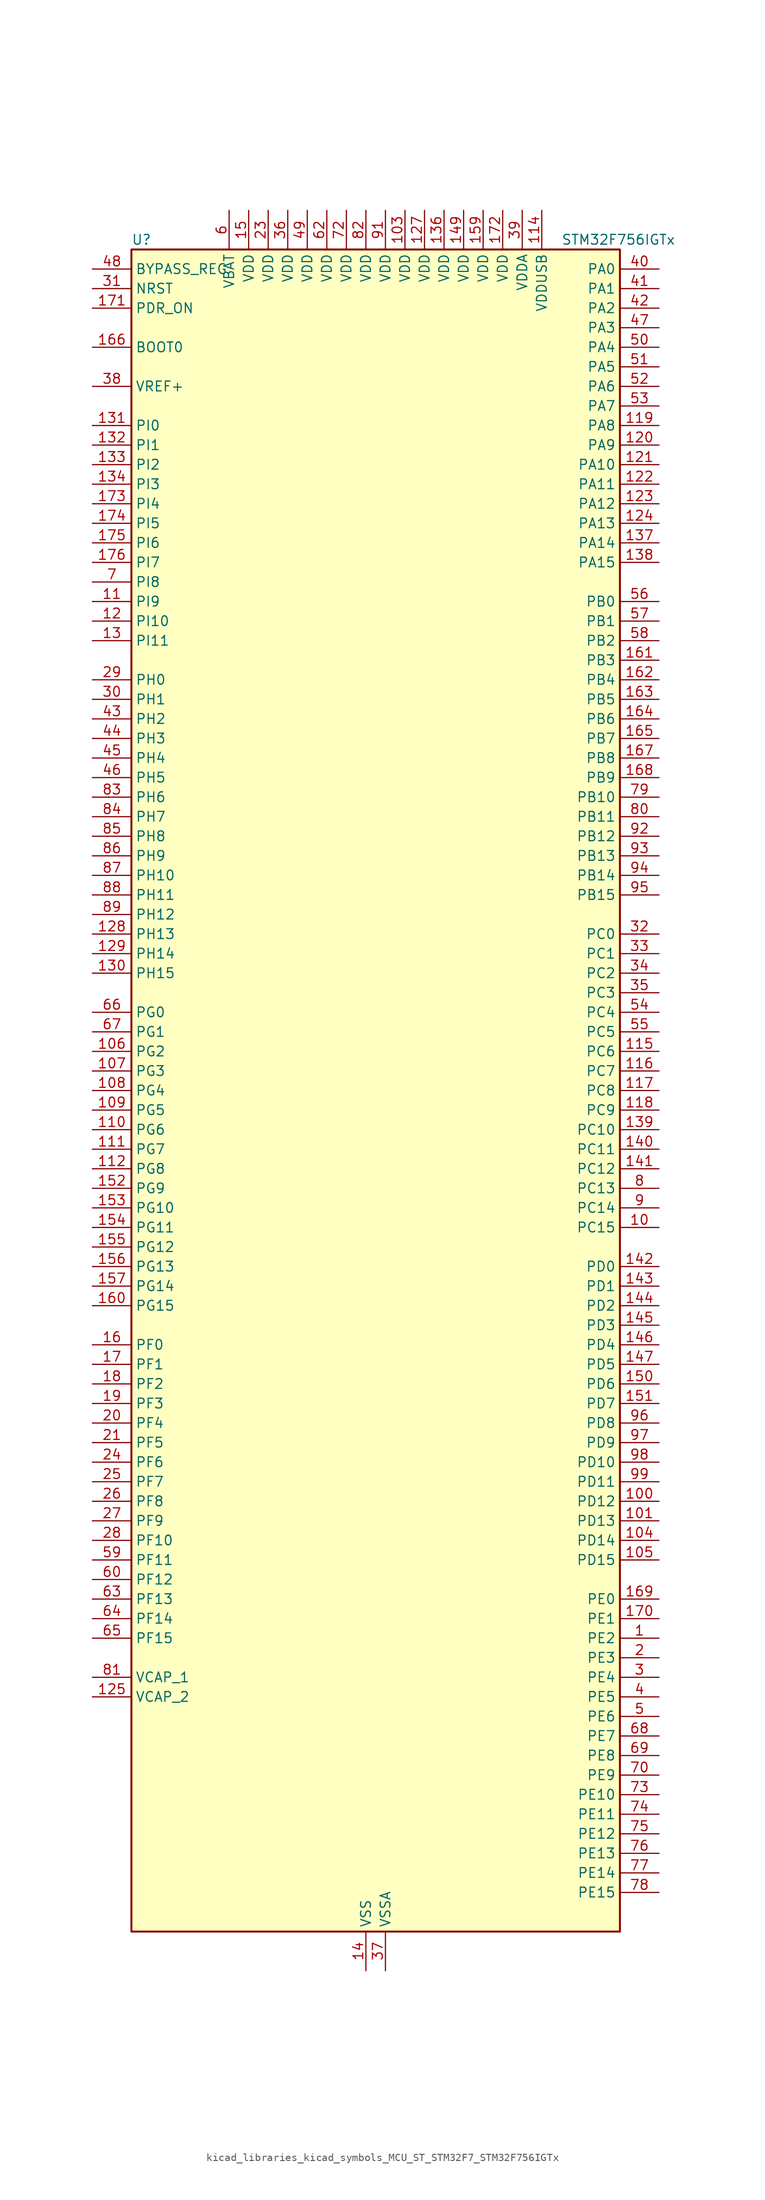
<source format=kicad_sym>
(kicad_symbol_lib
  (version 20220914)
  (generator kicad_symbol_editor)
  (symbol "kicad_libraries_kicad_symbols_MCU_ST_STM32F7_STM32F756IGTx"
    (property "Reference" "U"
      (at -30.48 110.49 0)
      (effects (font (size 1.27 1.27)) (justify left)))
    (property "Value" "STM32F756IGTx"
      (at 25.4 110.49 0)
      (effects (font (size 1.27 1.27)) (justify left)))
    (property "ki_locked" ""
      (at 0 0 0)
      (effects (font (size 1.27 1.27))))
    (symbol "kicad_libraries_kicad_symbols_MCU_ST_STM32F7_STM32F756IGTx_0_1"
      (rectangle (start -30.48 -109.22) (end 33.02 109.22) (stroke (width 0.254) (type default)) (fill (type background))))
    (symbol "kicad_libraries_kicad_symbols_MCU_ST_STM32F7_STM32F756IGTx_1_1"
      (pin bidirectional line (at 38.1 -71.12 180) (length 5.08) (name "PE2" (effects (font (size 1.27 1.27)))) (number "1" (effects (font (size 1.27 1.27)))) (alternate "ETH_TXD3" bidirectional line) (alternate "FMC_A23" bidirectional line) (alternate "QUADSPI_BK1_IO2" bidirectional line) (alternate "SAI1_MCLK_A" bidirectional line) (alternate "SPI4_SCK" bidirectional line) (alternate "SYS_TRACECLK" bidirectional line))
      (pin bidirectional line (at 38.1 -17.78 180) (length 5.08) (name "PC15" (effects (font (size 1.27 1.27)))) (number "10" (effects (font (size 1.27 1.27)))) (alternate "RCC_OSC32_OUT" bidirectional line))
      (pin bidirectional line (at 38.1 -53.34 180) (length 5.08) (name "PD12" (effects (font (size 1.27 1.27)))) (number "100" (effects (font (size 1.27 1.27)))) (alternate "FMC_A17" bidirectional line) (alternate "FMC_ALE" bidirectional line) (alternate "I2C4_SCL" bidirectional line) (alternate "LPTIM1_IN1" bidirectional line) (alternate "QUADSPI_BK1_IO1" bidirectional line) (alternate "SAI2_FS_A" bidirectional line) (alternate "TIM4_CH1" bidirectional line) (alternate "USART3_DE" bidirectional line) (alternate "USART3_RTS" bidirectional line))
      (pin bidirectional line (at 38.1 -55.88 180) (length 5.08) (name "PD13" (effects (font (size 1.27 1.27)))) (number "101" (effects (font (size 1.27 1.27)))) (alternate "FMC_A18" bidirectional line) (alternate "I2C4_SDA" bidirectional line) (alternate "LPTIM1_OUT" bidirectional line) (alternate "QUADSPI_BK1_IO3" bidirectional line) (alternate "SAI2_SCK_A" bidirectional line) (alternate "TIM4_CH2" bidirectional line))
      (pin passive line (at 0 -114.3 90) (length 5.08) hide (name "VSS" (effects (font (size 1.27 1.27)))) (number "102" (effects (font (size 1.27 1.27)))))
      (pin power_in line (at 5.08 114.3 270) (length 5.08) (name "VDD" (effects (font (size 1.27 1.27)))) (number "103" (effects (font (size 1.27 1.27)))))
      (pin bidirectional line (at 38.1 -58.42 180) (length 5.08) (name "PD14" (effects (font (size 1.27 1.27)))) (number "104" (effects (font (size 1.27 1.27)))) (alternate "FMC_D0" bidirectional line) (alternate "FMC_DA0" bidirectional line) (alternate "TIM4_CH3" bidirectional line) (alternate "UART8_CTS" bidirectional line))
      (pin bidirectional line (at 38.1 -60.96 180) (length 5.08) (name "PD15" (effects (font (size 1.27 1.27)))) (number "105" (effects (font (size 1.27 1.27)))) (alternate "FMC_D1" bidirectional line) (alternate "FMC_DA1" bidirectional line) (alternate "TIM4_CH4" bidirectional line) (alternate "UART8_DE" bidirectional line) (alternate "UART8_RTS" bidirectional line))
      (pin bidirectional line (at -35.56 5.08 0) (length 5.08) (name "PG2" (effects (font (size 1.27 1.27)))) (number "106" (effects (font (size 1.27 1.27)))) (alternate "FMC_A12" bidirectional line))
      (pin bidirectional line (at -35.56 2.54 0) (length 5.08) (name "PG3" (effects (font (size 1.27 1.27)))) (number "107" (effects (font (size 1.27 1.27)))) (alternate "FMC_A13" bidirectional line))
      (pin bidirectional line (at -35.56 0 0) (length 5.08) (name "PG4" (effects (font (size 1.27 1.27)))) (number "108" (effects (font (size 1.27 1.27)))) (alternate "FMC_A14" bidirectional line) (alternate "FMC_BA0" bidirectional line))
      (pin bidirectional line (at -35.56 -2.54 0) (length 5.08) (name "PG5" (effects (font (size 1.27 1.27)))) (number "109" (effects (font (size 1.27 1.27)))) (alternate "FMC_A15" bidirectional line) (alternate "FMC_BA1" bidirectional line))
      (pin bidirectional line (at -35.56 63.5 0) (length 5.08) (name "PI9" (effects (font (size 1.27 1.27)))) (number "11" (effects (font (size 1.27 1.27)))) (alternate "CAN1_RX" bidirectional line) (alternate "DAC_EXTI9" bidirectional line) (alternate "FMC_D30" bidirectional line) (alternate "LTDC_VSYNC" bidirectional line))
      (pin bidirectional line (at -35.56 -5.08 0) (length 5.08) (name "PG6" (effects (font (size 1.27 1.27)))) (number "110" (effects (font (size 1.27 1.27)))) (alternate "DCMI_D12" bidirectional line) (alternate "LTDC_R7" bidirectional line))
      (pin bidirectional line (at -35.56 -7.62 0) (length 5.08) (name "PG7" (effects (font (size 1.27 1.27)))) (number "111" (effects (font (size 1.27 1.27)))) (alternate "DCMI_D13" bidirectional line) (alternate "FMC_INT" bidirectional line) (alternate "LTDC_CLK" bidirectional line) (alternate "USART6_CK" bidirectional line))
      (pin bidirectional line (at -35.56 -10.16 0) (length 5.08) (name "PG8" (effects (font (size 1.27 1.27)))) (number "112" (effects (font (size 1.27 1.27)))) (alternate "ETH_PPS_OUT" bidirectional line) (alternate "FMC_SDCLK" bidirectional line) (alternate "SPDIFRX_IN2" bidirectional line) (alternate "SPI6_NSS" bidirectional line) (alternate "USART6_DE" bidirectional line) (alternate "USART6_RTS" bidirectional line))
      (pin passive line (at 0 -114.3 90) (length 5.08) hide (name "VSS" (effects (font (size 1.27 1.27)))) (number "113" (effects (font (size 1.27 1.27)))))
      (pin power_in line (at 22.86 114.3 270) (length 5.08) (name "VDDUSB" (effects (font (size 1.27 1.27)))) (number "114" (effects (font (size 1.27 1.27)))))
      (pin bidirectional line (at 38.1 5.08 180) (length 5.08) (name "PC6" (effects (font (size 1.27 1.27)))) (number "115" (effects (font (size 1.27 1.27)))) (alternate "DCMI_D0" bidirectional line) (alternate "I2S2_MCK" bidirectional line) (alternate "LTDC_HSYNC" bidirectional line) (alternate "SDMMC1_D6" bidirectional line) (alternate "TIM3_CH1" bidirectional line) (alternate "TIM8_CH1" bidirectional line) (alternate "USART6_TX" bidirectional line))
      (pin bidirectional line (at 38.1 2.54 180) (length 5.08) (name "PC7" (effects (font (size 1.27 1.27)))) (number "116" (effects (font (size 1.27 1.27)))) (alternate "DCMI_D1" bidirectional line) (alternate "I2S3_MCK" bidirectional line) (alternate "LTDC_G6" bidirectional line) (alternate "SDMMC1_D7" bidirectional line) (alternate "TIM3_CH2" bidirectional line) (alternate "TIM8_CH2" bidirectional line) (alternate "USART6_RX" bidirectional line))
      (pin bidirectional line (at 38.1 0 180) (length 5.08) (name "PC8" (effects (font (size 1.27 1.27)))) (number "117" (effects (font (size 1.27 1.27)))) (alternate "DCMI_D2" bidirectional line) (alternate "SDMMC1_D0" bidirectional line) (alternate "SYS_TRACED1" bidirectional line) (alternate "TIM3_CH3" bidirectional line) (alternate "TIM8_CH3" bidirectional line) (alternate "UART5_DE" bidirectional line) (alternate "UART5_RTS" bidirectional line) (alternate "USART6_CK" bidirectional line))
      (pin bidirectional line (at 38.1 -2.54 180) (length 5.08) (name "PC9" (effects (font (size 1.27 1.27)))) (number "118" (effects (font (size 1.27 1.27)))) (alternate "DAC_EXTI9" bidirectional line) (alternate "DCMI_D3" bidirectional line) (alternate "I2C3_SDA" bidirectional line) (alternate "I2S_CKIN" bidirectional line) (alternate "QUADSPI_BK1_IO0" bidirectional line) (alternate "RCC_MCO_2" bidirectional line) (alternate "SDMMC1_D1" bidirectional line) (alternate "TIM3_CH4" bidirectional line) (alternate "TIM8_CH4" bidirectional line) (alternate "UART5_CTS" bidirectional line))
      (pin bidirectional line (at 38.1 86.36 180) (length 5.08) (name "PA8" (effects (font (size 1.27 1.27)))) (number "119" (effects (font (size 1.27 1.27)))) (alternate "I2C3_SCL" bidirectional line) (alternate "LTDC_R6" bidirectional line) (alternate "RCC_MCO_1" bidirectional line) (alternate "TIM1_CH1" bidirectional line) (alternate "TIM8_BKIN2" bidirectional line) (alternate "USART1_CK" bidirectional line) (alternate "USB_OTG_FS_SOF" bidirectional line))
      (pin bidirectional line (at -35.56 60.96 0) (length 5.08) (name "PI10" (effects (font (size 1.27 1.27)))) (number "12" (effects (font (size 1.27 1.27)))) (alternate "ETH_RX_ER" bidirectional line) (alternate "FMC_D31" bidirectional line) (alternate "LTDC_HSYNC" bidirectional line))
      (pin bidirectional line (at 38.1 83.82 180) (length 5.08) (name "PA9" (effects (font (size 1.27 1.27)))) (number "120" (effects (font (size 1.27 1.27)))) (alternate "DAC_EXTI9" bidirectional line) (alternate "DCMI_D0" bidirectional line) (alternate "I2C3_SMBA" bidirectional line) (alternate "I2S2_CK" bidirectional line) (alternate "SPI2_SCK" bidirectional line) (alternate "TIM1_CH2" bidirectional line) (alternate "USART1_TX" bidirectional line) (alternate "USB_OTG_FS_VBUS" bidirectional line))
      (pin bidirectional line (at 38.1 81.28 180) (length 5.08) (name "PA10" (effects (font (size 1.27 1.27)))) (number "121" (effects (font (size 1.27 1.27)))) (alternate "DCMI_D1" bidirectional line) (alternate "TIM1_CH3" bidirectional line) (alternate "USART1_RX" bidirectional line) (alternate "USB_OTG_FS_ID" bidirectional line))
      (pin bidirectional line (at 38.1 78.74 180) (length 5.08) (name "PA11" (effects (font (size 1.27 1.27)))) (number "122" (effects (font (size 1.27 1.27)))) (alternate "ADC1_EXTI11" bidirectional line) (alternate "ADC2_EXTI11" bidirectional line) (alternate "ADC3_EXTI11" bidirectional line) (alternate "CAN1_RX" bidirectional line) (alternate "LTDC_R4" bidirectional line) (alternate "TIM1_CH4" bidirectional line) (alternate "USART1_CTS" bidirectional line) (alternate "USB_OTG_FS_DM" bidirectional line))
      (pin bidirectional line (at 38.1 76.2 180) (length 5.08) (name "PA12" (effects (font (size 1.27 1.27)))) (number "123" (effects (font (size 1.27 1.27)))) (alternate "CAN1_TX" bidirectional line) (alternate "LTDC_R5" bidirectional line) (alternate "SAI2_FS_B" bidirectional line) (alternate "TIM1_ETR" bidirectional line) (alternate "USART1_DE" bidirectional line) (alternate "USART1_RTS" bidirectional line) (alternate "USB_OTG_FS_DP" bidirectional line))
      (pin bidirectional line (at 38.1 73.66 180) (length 5.08) (name "PA13" (effects (font (size 1.27 1.27)))) (number "124" (effects (font (size 1.27 1.27)))) (alternate "SYS_JTMS-SWDIO" bidirectional line))
      (pin power_out line (at -35.56 -78.74 0) (length 5.08) (name "VCAP_2" (effects (font (size 1.27 1.27)))) (number "125" (effects (font (size 1.27 1.27)))))
      (pin passive line (at 0 -114.3 90) (length 5.08) hide (name "VSS" (effects (font (size 1.27 1.27)))) (number "126" (effects (font (size 1.27 1.27)))))
      (pin power_in line (at 7.62 114.3 270) (length 5.08) (name "VDD" (effects (font (size 1.27 1.27)))) (number "127" (effects (font (size 1.27 1.27)))))
      (pin bidirectional line (at -35.56 20.32 0) (length 5.08) (name "PH13" (effects (font (size 1.27 1.27)))) (number "128" (effects (font (size 1.27 1.27)))) (alternate "CAN1_TX" bidirectional line) (alternate "FMC_D21" bidirectional line) (alternate "LTDC_G2" bidirectional line) (alternate "TIM8_CH1N" bidirectional line))
      (pin bidirectional line (at -35.56 17.78 0) (length 5.08) (name "PH14" (effects (font (size 1.27 1.27)))) (number "129" (effects (font (size 1.27 1.27)))) (alternate "DCMI_D4" bidirectional line) (alternate "FMC_D22" bidirectional line) (alternate "LTDC_G3" bidirectional line) (alternate "TIM8_CH2N" bidirectional line))
      (pin bidirectional line (at -35.56 58.42 0) (length 5.08) (name "PI11" (effects (font (size 1.27 1.27)))) (number "13" (effects (font (size 1.27 1.27)))) (alternate "ADC1_EXTI11" bidirectional line) (alternate "ADC2_EXTI11" bidirectional line) (alternate "ADC3_EXTI11" bidirectional line) (alternate "SYS_WKUP6" bidirectional line) (alternate "USB_OTG_HS_ULPI_DIR" bidirectional line))
      (pin bidirectional line (at -35.56 15.24 0) (length 5.08) (name "PH15" (effects (font (size 1.27 1.27)))) (number "130" (effects (font (size 1.27 1.27)))) (alternate "DCMI_D11" bidirectional line) (alternate "FMC_D23" bidirectional line) (alternate "LTDC_G4" bidirectional line) (alternate "TIM8_CH3N" bidirectional line))
      (pin bidirectional line (at -35.56 86.36 0) (length 5.08) (name "PI0" (effects (font (size 1.27 1.27)))) (number "131" (effects (font (size 1.27 1.27)))) (alternate "DCMI_D13" bidirectional line) (alternate "FMC_D24" bidirectional line) (alternate "I2S2_WS" bidirectional line) (alternate "LTDC_G5" bidirectional line) (alternate "SPI2_NSS" bidirectional line) (alternate "TIM5_CH4" bidirectional line))
      (pin bidirectional line (at -35.56 83.82 0) (length 5.08) (name "PI1" (effects (font (size 1.27 1.27)))) (number "132" (effects (font (size 1.27 1.27)))) (alternate "DCMI_D8" bidirectional line) (alternate "FMC_D25" bidirectional line) (alternate "I2S2_CK" bidirectional line) (alternate "LTDC_G6" bidirectional line) (alternate "SPI2_SCK" bidirectional line) (alternate "TIM8_BKIN2" bidirectional line))
      (pin bidirectional line (at -35.56 81.28 0) (length 5.08) (name "PI2" (effects (font (size 1.27 1.27)))) (number "133" (effects (font (size 1.27 1.27)))) (alternate "DCMI_D9" bidirectional line) (alternate "FMC_D26" bidirectional line) (alternate "LTDC_G7" bidirectional line) (alternate "SPI2_MISO" bidirectional line) (alternate "TIM8_CH4" bidirectional line))
      (pin bidirectional line (at -35.56 78.74 0) (length 5.08) (name "PI3" (effects (font (size 1.27 1.27)))) (number "134" (effects (font (size 1.27 1.27)))) (alternate "DCMI_D10" bidirectional line) (alternate "FMC_D27" bidirectional line) (alternate "I2S2_SD" bidirectional line) (alternate "SPI2_MOSI" bidirectional line) (alternate "TIM8_ETR" bidirectional line))
      (pin passive line (at 0 -114.3 90) (length 5.08) hide (name "VSS" (effects (font (size 1.27 1.27)))) (number "135" (effects (font (size 1.27 1.27)))))
      (pin power_in line (at 10.16 114.3 270) (length 5.08) (name "VDD" (effects (font (size 1.27 1.27)))) (number "136" (effects (font (size 1.27 1.27)))))
      (pin bidirectional line (at 38.1 71.12 180) (length 5.08) (name "PA14" (effects (font (size 1.27 1.27)))) (number "137" (effects (font (size 1.27 1.27)))) (alternate "SYS_JTCK-SWCLK" bidirectional line))
      (pin bidirectional line (at 38.1 68.58 180) (length 5.08) (name "PA15" (effects (font (size 1.27 1.27)))) (number "138" (effects (font (size 1.27 1.27)))) (alternate "CEC" bidirectional line) (alternate "I2S1_WS" bidirectional line) (alternate "I2S3_WS" bidirectional line) (alternate "SPI1_NSS" bidirectional line) (alternate "SPI3_NSS" bidirectional line) (alternate "SYS_JTDI" bidirectional line) (alternate "TIM2_CH1" bidirectional line) (alternate "TIM2_ETR" bidirectional line) (alternate "UART4_DE" bidirectional line) (alternate "UART4_RTS" bidirectional line))
      (pin bidirectional line (at 38.1 -5.08 180) (length 5.08) (name "PC10" (effects (font (size 1.27 1.27)))) (number "139" (effects (font (size 1.27 1.27)))) (alternate "DCMI_D8" bidirectional line) (alternate "I2S3_CK" bidirectional line) (alternate "LTDC_R2" bidirectional line) (alternate "QUADSPI_BK1_IO1" bidirectional line) (alternate "SDMMC1_D2" bidirectional line) (alternate "SPI3_SCK" bidirectional line) (alternate "UART4_TX" bidirectional line) (alternate "USART3_TX" bidirectional line))
      (pin power_in line (at 0 -114.3 90) (length 5.08) (name "VSS" (effects (font (size 1.27 1.27)))) (number "14" (effects (font (size 1.27 1.27)))))
      (pin bidirectional line (at 38.1 -7.62 180) (length 5.08) (name "PC11" (effects (font (size 1.27 1.27)))) (number "140" (effects (font (size 1.27 1.27)))) (alternate "ADC1_EXTI11" bidirectional line) (alternate "ADC2_EXTI11" bidirectional line) (alternate "ADC3_EXTI11" bidirectional line) (alternate "DCMI_D4" bidirectional line) (alternate "QUADSPI_BK2_NCS" bidirectional line) (alternate "SDMMC1_D3" bidirectional line) (alternate "SPI3_MISO" bidirectional line) (alternate "UART4_RX" bidirectional line) (alternate "USART3_RX" bidirectional line))
      (pin bidirectional line (at 38.1 -10.16 180) (length 5.08) (name "PC12" (effects (font (size 1.27 1.27)))) (number "141" (effects (font (size 1.27 1.27)))) (alternate "DCMI_D9" bidirectional line) (alternate "I2S3_SD" bidirectional line) (alternate "SDMMC1_CK" bidirectional line) (alternate "SPI3_MOSI" bidirectional line) (alternate "SYS_TRACED3" bidirectional line) (alternate "UART5_TX" bidirectional line) (alternate "USART3_CK" bidirectional line))
      (pin bidirectional line (at 38.1 -22.86 180) (length 5.08) (name "PD0" (effects (font (size 1.27 1.27)))) (number "142" (effects (font (size 1.27 1.27)))) (alternate "CAN1_RX" bidirectional line) (alternate "FMC_D2" bidirectional line) (alternate "FMC_DA2" bidirectional line))
      (pin bidirectional line (at 38.1 -25.4 180) (length 5.08) (name "PD1" (effects (font (size 1.27 1.27)))) (number "143" (effects (font (size 1.27 1.27)))) (alternate "CAN1_TX" bidirectional line) (alternate "FMC_D3" bidirectional line) (alternate "FMC_DA3" bidirectional line))
      (pin bidirectional line (at 38.1 -27.94 180) (length 5.08) (name "PD2" (effects (font (size 1.27 1.27)))) (number "144" (effects (font (size 1.27 1.27)))) (alternate "DCMI_D11" bidirectional line) (alternate "SDMMC1_CMD" bidirectional line) (alternate "SYS_TRACED2" bidirectional line) (alternate "TIM3_ETR" bidirectional line) (alternate "UART5_RX" bidirectional line))
      (pin bidirectional line (at 38.1 -30.48 180) (length 5.08) (name "PD3" (effects (font (size 1.27 1.27)))) (number "145" (effects (font (size 1.27 1.27)))) (alternate "DCMI_D5" bidirectional line) (alternate "FMC_CLK" bidirectional line) (alternate "I2S2_CK" bidirectional line) (alternate "LTDC_G7" bidirectional line) (alternate "SPI2_SCK" bidirectional line) (alternate "USART2_CTS" bidirectional line))
      (pin bidirectional line (at 38.1 -33.02 180) (length 5.08) (name "PD4" (effects (font (size 1.27 1.27)))) (number "146" (effects (font (size 1.27 1.27)))) (alternate "FMC_NOE" bidirectional line) (alternate "USART2_DE" bidirectional line) (alternate "USART2_RTS" bidirectional line))
      (pin bidirectional line (at 38.1 -35.56 180) (length 5.08) (name "PD5" (effects (font (size 1.27 1.27)))) (number "147" (effects (font (size 1.27 1.27)))) (alternate "FMC_NWE" bidirectional line) (alternate "USART2_TX" bidirectional line))
      (pin passive line (at 0 -114.3 90) (length 5.08) hide (name "VSS" (effects (font (size 1.27 1.27)))) (number "148" (effects (font (size 1.27 1.27)))))
      (pin power_in line (at 12.7 114.3 270) (length 5.08) (name "VDD" (effects (font (size 1.27 1.27)))) (number "149" (effects (font (size 1.27 1.27)))))
      (pin power_in line (at -15.24 114.3 270) (length 5.08) (name "VDD" (effects (font (size 1.27 1.27)))) (number "15" (effects (font (size 1.27 1.27)))))
      (pin bidirectional line (at 38.1 -38.1 180) (length 5.08) (name "PD6" (effects (font (size 1.27 1.27)))) (number "150" (effects (font (size 1.27 1.27)))) (alternate "DCMI_D10" bidirectional line) (alternate "FMC_NWAIT" bidirectional line) (alternate "I2S3_SD" bidirectional line) (alternate "LTDC_B2" bidirectional line) (alternate "SAI1_SD_A" bidirectional line) (alternate "SPI3_MOSI" bidirectional line) (alternate "USART2_RX" bidirectional line))
      (pin bidirectional line (at 38.1 -40.64 180) (length 5.08) (name "PD7" (effects (font (size 1.27 1.27)))) (number "151" (effects (font (size 1.27 1.27)))) (alternate "FMC_NE1" bidirectional line) (alternate "SPDIFRX_IN0" bidirectional line) (alternate "USART2_CK" bidirectional line))
      (pin bidirectional line (at -35.56 -12.7 0) (length 5.08) (name "PG9" (effects (font (size 1.27 1.27)))) (number "152" (effects (font (size 1.27 1.27)))) (alternate "DAC_EXTI9" bidirectional line) (alternate "DCMI_VSYNC" bidirectional line) (alternate "FMC_NCE" bidirectional line) (alternate "FMC_NE2" bidirectional line) (alternate "QUADSPI_BK2_IO2" bidirectional line) (alternate "SAI2_FS_B" bidirectional line) (alternate "SPDIFRX_IN3" bidirectional line) (alternate "USART6_RX" bidirectional line))
      (pin bidirectional line (at -35.56 -15.24 0) (length 5.08) (name "PG10" (effects (font (size 1.27 1.27)))) (number "153" (effects (font (size 1.27 1.27)))) (alternate "DCMI_D2" bidirectional line) (alternate "FMC_NE3" bidirectional line) (alternate "LTDC_B2" bidirectional line) (alternate "LTDC_G3" bidirectional line) (alternate "SAI2_SD_B" bidirectional line))
      (pin bidirectional line (at -35.56 -17.78 0) (length 5.08) (name "PG11" (effects (font (size 1.27 1.27)))) (number "154" (effects (font (size 1.27 1.27)))) (alternate "ADC1_EXTI11" bidirectional line) (alternate "ADC2_EXTI11" bidirectional line) (alternate "ADC3_EXTI11" bidirectional line) (alternate "DCMI_D3" bidirectional line) (alternate "ETH_TX_EN" bidirectional line) (alternate "LTDC_B3" bidirectional line) (alternate "SPDIFRX_IN0" bidirectional line))
      (pin bidirectional line (at -35.56 -20.32 0) (length 5.08) (name "PG12" (effects (font (size 1.27 1.27)))) (number "155" (effects (font (size 1.27 1.27)))) (alternate "FMC_NE4" bidirectional line) (alternate "LPTIM1_IN1" bidirectional line) (alternate "LTDC_B1" bidirectional line) (alternate "LTDC_B4" bidirectional line) (alternate "SPDIFRX_IN1" bidirectional line) (alternate "SPI6_MISO" bidirectional line) (alternate "USART6_DE" bidirectional line) (alternate "USART6_RTS" bidirectional line))
      (pin bidirectional line (at -35.56 -22.86 0) (length 5.08) (name "PG13" (effects (font (size 1.27 1.27)))) (number "156" (effects (font (size 1.27 1.27)))) (alternate "ETH_TXD0" bidirectional line) (alternate "FMC_A24" bidirectional line) (alternate "LPTIM1_OUT" bidirectional line) (alternate "LTDC_R0" bidirectional line) (alternate "SPI6_SCK" bidirectional line) (alternate "SYS_TRACED0" bidirectional line) (alternate "USART6_CTS" bidirectional line))
      (pin bidirectional line (at -35.56 -25.4 0) (length 5.08) (name "PG14" (effects (font (size 1.27 1.27)))) (number "157" (effects (font (size 1.27 1.27)))) (alternate "ETH_TXD1" bidirectional line) (alternate "FMC_A25" bidirectional line) (alternate "LPTIM1_ETR" bidirectional line) (alternate "LTDC_B0" bidirectional line) (alternate "QUADSPI_BK2_IO3" bidirectional line) (alternate "SPI6_MOSI" bidirectional line) (alternate "SYS_TRACED1" bidirectional line) (alternate "USART6_TX" bidirectional line))
      (pin passive line (at 0 -114.3 90) (length 5.08) hide (name "VSS" (effects (font (size 1.27 1.27)))) (number "158" (effects (font (size 1.27 1.27)))))
      (pin power_in line (at 15.24 114.3 270) (length 5.08) (name "VDD" (effects (font (size 1.27 1.27)))) (number "159" (effects (font (size 1.27 1.27)))))
      (pin bidirectional line (at -35.56 -33.02 0) (length 5.08) (name "PF0" (effects (font (size 1.27 1.27)))) (number "16" (effects (font (size 1.27 1.27)))) (alternate "FMC_A0" bidirectional line) (alternate "I2C2_SDA" bidirectional line))
      (pin bidirectional line (at -35.56 -27.94 0) (length 5.08) (name "PG15" (effects (font (size 1.27 1.27)))) (number "160" (effects (font (size 1.27 1.27)))) (alternate "DCMI_D13" bidirectional line) (alternate "FMC_SDNCAS" bidirectional line) (alternate "USART6_CTS" bidirectional line))
      (pin bidirectional line (at 38.1 55.88 180) (length 5.08) (name "PB3" (effects (font (size 1.27 1.27)))) (number "161" (effects (font (size 1.27 1.27)))) (alternate "I2S1_CK" bidirectional line) (alternate "I2S3_CK" bidirectional line) (alternate "SPI1_SCK" bidirectional line) (alternate "SPI3_SCK" bidirectional line) (alternate "SYS_JTDO-SWO" bidirectional line) (alternate "TIM2_CH2" bidirectional line))
      (pin bidirectional line (at 38.1 53.34 180) (length 5.08) (name "PB4" (effects (font (size 1.27 1.27)))) (number "162" (effects (font (size 1.27 1.27)))) (alternate "I2S2_WS" bidirectional line) (alternate "SPI1_MISO" bidirectional line) (alternate "SPI2_NSS" bidirectional line) (alternate "SPI3_MISO" bidirectional line) (alternate "SYS_JTRST" bidirectional line) (alternate "TIM3_CH1" bidirectional line))
      (pin bidirectional line (at 38.1 50.8 180) (length 5.08) (name "PB5" (effects (font (size 1.27 1.27)))) (number "163" (effects (font (size 1.27 1.27)))) (alternate "CAN2_RX" bidirectional line) (alternate "DCMI_D10" bidirectional line) (alternate "ETH_PPS_OUT" bidirectional line) (alternate "FMC_SDCKE1" bidirectional line) (alternate "I2C1_SMBA" bidirectional line) (alternate "I2S1_SD" bidirectional line) (alternate "I2S3_SD" bidirectional line) (alternate "SPI1_MOSI" bidirectional line) (alternate "SPI3_MOSI" bidirectional line) (alternate "TIM3_CH2" bidirectional line) (alternate "USB_OTG_HS_ULPI_D7" bidirectional line))
      (pin bidirectional line (at 38.1 48.26 180) (length 5.08) (name "PB6" (effects (font (size 1.27 1.27)))) (number "164" (effects (font (size 1.27 1.27)))) (alternate "CAN2_TX" bidirectional line) (alternate "CEC" bidirectional line) (alternate "DCMI_D5" bidirectional line) (alternate "FMC_SDNE1" bidirectional line) (alternate "I2C1_SCL" bidirectional line) (alternate "QUADSPI_BK1_NCS" bidirectional line) (alternate "TIM4_CH1" bidirectional line) (alternate "USART1_TX" bidirectional line))
      (pin bidirectional line (at 38.1 45.72 180) (length 5.08) (name "PB7" (effects (font (size 1.27 1.27)))) (number "165" (effects (font (size 1.27 1.27)))) (alternate "DCMI_VSYNC" bidirectional line) (alternate "FMC_NL" bidirectional line) (alternate "I2C1_SDA" bidirectional line) (alternate "TIM4_CH2" bidirectional line) (alternate "USART1_RX" bidirectional line))
      (pin input line (at -35.56 96.52 0) (length 5.08) (name "BOOT0" (effects (font (size 1.27 1.27)))) (number "166" (effects (font (size 1.27 1.27)))))
      (pin bidirectional line (at 38.1 43.18 180) (length 5.08) (name "PB8" (effects (font (size 1.27 1.27)))) (number "167" (effects (font (size 1.27 1.27)))) (alternate "CAN1_RX" bidirectional line) (alternate "DCMI_D6" bidirectional line) (alternate "ETH_TXD3" bidirectional line) (alternate "I2C1_SCL" bidirectional line) (alternate "LTDC_B6" bidirectional line) (alternate "SDMMC1_D4" bidirectional line) (alternate "TIM10_CH1" bidirectional line) (alternate "TIM4_CH3" bidirectional line))
      (pin bidirectional line (at 38.1 40.64 180) (length 5.08) (name "PB9" (effects (font (size 1.27 1.27)))) (number "168" (effects (font (size 1.27 1.27)))) (alternate "CAN1_TX" bidirectional line) (alternate "DAC_EXTI9" bidirectional line) (alternate "DCMI_D7" bidirectional line) (alternate "I2C1_SDA" bidirectional line) (alternate "I2S2_WS" bidirectional line) (alternate "LTDC_B7" bidirectional line) (alternate "SDMMC1_D5" bidirectional line) (alternate "SPI2_NSS" bidirectional line) (alternate "TIM11_CH1" bidirectional line) (alternate "TIM4_CH4" bidirectional line))
      (pin bidirectional line (at 38.1 -66.04 180) (length 5.08) (name "PE0" (effects (font (size 1.27 1.27)))) (number "169" (effects (font (size 1.27 1.27)))) (alternate "DCMI_D2" bidirectional line) (alternate "FMC_NBL0" bidirectional line) (alternate "LPTIM1_ETR" bidirectional line) (alternate "SAI2_MCLK_A" bidirectional line) (alternate "TIM4_ETR" bidirectional line) (alternate "UART8_RX" bidirectional line))
      (pin bidirectional line (at -35.56 -35.56 0) (length 5.08) (name "PF1" (effects (font (size 1.27 1.27)))) (number "17" (effects (font (size 1.27 1.27)))) (alternate "FMC_A1" bidirectional line) (alternate "I2C2_SCL" bidirectional line))
      (pin bidirectional line (at 38.1 -68.58 180) (length 5.08) (name "PE1" (effects (font (size 1.27 1.27)))) (number "170" (effects (font (size 1.27 1.27)))) (alternate "DCMI_D3" bidirectional line) (alternate "FMC_NBL1" bidirectional line) (alternate "LPTIM1_IN2" bidirectional line) (alternate "UART8_TX" bidirectional line))
      (pin input line (at -35.56 101.6 0) (length 5.08) (name "PDR_ON" (effects (font (size 1.27 1.27)))) (number "171" (effects (font (size 1.27 1.27)))))
      (pin power_in line (at 17.78 114.3 270) (length 5.08) (name "VDD" (effects (font (size 1.27 1.27)))) (number "172" (effects (font (size 1.27 1.27)))))
      (pin bidirectional line (at -35.56 76.2 0) (length 5.08) (name "PI4" (effects (font (size 1.27 1.27)))) (number "173" (effects (font (size 1.27 1.27)))) (alternate "DCMI_D5" bidirectional line) (alternate "FMC_NBL2" bidirectional line) (alternate "LTDC_B4" bidirectional line) (alternate "SAI2_MCLK_A" bidirectional line) (alternate "TIM8_BKIN" bidirectional line))
      (pin bidirectional line (at -35.56 73.66 0) (length 5.08) (name "PI5" (effects (font (size 1.27 1.27)))) (number "174" (effects (font (size 1.27 1.27)))) (alternate "DCMI_VSYNC" bidirectional line) (alternate "FMC_NBL3" bidirectional line) (alternate "LTDC_B5" bidirectional line) (alternate "SAI2_SCK_A" bidirectional line) (alternate "TIM8_CH1" bidirectional line))
      (pin bidirectional line (at -35.56 71.12 0) (length 5.08) (name "PI6" (effects (font (size 1.27 1.27)))) (number "175" (effects (font (size 1.27 1.27)))) (alternate "DCMI_D6" bidirectional line) (alternate "FMC_D28" bidirectional line) (alternate "LTDC_B6" bidirectional line) (alternate "SAI2_SD_A" bidirectional line) (alternate "TIM8_CH2" bidirectional line))
      (pin bidirectional line (at -35.56 68.58 0) (length 5.08) (name "PI7" (effects (font (size 1.27 1.27)))) (number "176" (effects (font (size 1.27 1.27)))) (alternate "DCMI_D7" bidirectional line) (alternate "FMC_D29" bidirectional line) (alternate "LTDC_B7" bidirectional line) (alternate "SAI2_FS_A" bidirectional line) (alternate "TIM8_CH3" bidirectional line))
      (pin bidirectional line (at -35.56 -38.1 0) (length 5.08) (name "PF2" (effects (font (size 1.27 1.27)))) (number "18" (effects (font (size 1.27 1.27)))) (alternate "FMC_A2" bidirectional line) (alternate "I2C2_SMBA" bidirectional line))
      (pin bidirectional line (at -35.56 -40.64 0) (length 5.08) (name "PF3" (effects (font (size 1.27 1.27)))) (number "19" (effects (font (size 1.27 1.27)))) (alternate "ADC3_IN9" bidirectional line) (alternate "FMC_A3" bidirectional line))
      (pin bidirectional line (at 38.1 -73.66 180) (length 5.08) (name "PE3" (effects (font (size 1.27 1.27)))) (number "2" (effects (font (size 1.27 1.27)))) (alternate "FMC_A19" bidirectional line) (alternate "SAI1_SD_B" bidirectional line) (alternate "SYS_TRACED0" bidirectional line))
      (pin bidirectional line (at -35.56 -43.18 0) (length 5.08) (name "PF4" (effects (font (size 1.27 1.27)))) (number "20" (effects (font (size 1.27 1.27)))) (alternate "ADC3_IN14" bidirectional line) (alternate "FMC_A4" bidirectional line))
      (pin bidirectional line (at -35.56 -45.72 0) (length 5.08) (name "PF5" (effects (font (size 1.27 1.27)))) (number "21" (effects (font (size 1.27 1.27)))) (alternate "ADC3_IN15" bidirectional line) (alternate "FMC_A5" bidirectional line))
      (pin passive line (at 0 -114.3 90) (length 5.08) hide (name "VSS" (effects (font (size 1.27 1.27)))) (number "22" (effects (font (size 1.27 1.27)))))
      (pin power_in line (at -12.7 114.3 270) (length 5.08) (name "VDD" (effects (font (size 1.27 1.27)))) (number "23" (effects (font (size 1.27 1.27)))))
      (pin bidirectional line (at -35.56 -48.26 0) (length 5.08) (name "PF6" (effects (font (size 1.27 1.27)))) (number "24" (effects (font (size 1.27 1.27)))) (alternate "ADC3_IN4" bidirectional line) (alternate "QUADSPI_BK1_IO3" bidirectional line) (alternate "SAI1_SD_B" bidirectional line) (alternate "SPI5_NSS" bidirectional line) (alternate "TIM10_CH1" bidirectional line) (alternate "UART7_RX" bidirectional line))
      (pin bidirectional line (at -35.56 -50.8 0) (length 5.08) (name "PF7" (effects (font (size 1.27 1.27)))) (number "25" (effects (font (size 1.27 1.27)))) (alternate "ADC3_IN5" bidirectional line) (alternate "QUADSPI_BK1_IO2" bidirectional line) (alternate "SAI1_MCLK_B" bidirectional line) (alternate "SPI5_SCK" bidirectional line) (alternate "TIM11_CH1" bidirectional line) (alternate "UART7_TX" bidirectional line))
      (pin bidirectional line (at -35.56 -53.34 0) (length 5.08) (name "PF8" (effects (font (size 1.27 1.27)))) (number "26" (effects (font (size 1.27 1.27)))) (alternate "ADC3_IN6" bidirectional line) (alternate "QUADSPI_BK1_IO0" bidirectional line) (alternate "SAI1_SCK_B" bidirectional line) (alternate "SPI5_MISO" bidirectional line) (alternate "TIM13_CH1" bidirectional line) (alternate "UART7_DE" bidirectional line) (alternate "UART7_RTS" bidirectional line))
      (pin bidirectional line (at -35.56 -55.88 0) (length 5.08) (name "PF9" (effects (font (size 1.27 1.27)))) (number "27" (effects (font (size 1.27 1.27)))) (alternate "ADC3_IN7" bidirectional line) (alternate "DAC_EXTI9" bidirectional line) (alternate "QUADSPI_BK1_IO1" bidirectional line) (alternate "SAI1_FS_B" bidirectional line) (alternate "SPI5_MOSI" bidirectional line) (alternate "TIM14_CH1" bidirectional line) (alternate "UART7_CTS" bidirectional line))
      (pin bidirectional line (at -35.56 -58.42 0) (length 5.08) (name "PF10" (effects (font (size 1.27 1.27)))) (number "28" (effects (font (size 1.27 1.27)))) (alternate "ADC3_IN8" bidirectional line) (alternate "DCMI_D11" bidirectional line) (alternate "LTDC_DE" bidirectional line))
      (pin bidirectional line (at -35.56 53.34 0) (length 5.08) (name "PH0" (effects (font (size 1.27 1.27)))) (number "29" (effects (font (size 1.27 1.27)))) (alternate "RCC_OSC_IN" bidirectional line))
      (pin bidirectional line (at 38.1 -76.2 180) (length 5.08) (name "PE4" (effects (font (size 1.27 1.27)))) (number "3" (effects (font (size 1.27 1.27)))) (alternate "DCMI_D4" bidirectional line) (alternate "FMC_A20" bidirectional line) (alternate "LTDC_B0" bidirectional line) (alternate "SAI1_FS_A" bidirectional line) (alternate "SPI4_NSS" bidirectional line) (alternate "SYS_TRACED1" bidirectional line))
      (pin bidirectional line (at -35.56 50.8 0) (length 5.08) (name "PH1" (effects (font (size 1.27 1.27)))) (number "30" (effects (font (size 1.27 1.27)))) (alternate "RCC_OSC_OUT" bidirectional line))
      (pin input line (at -35.56 104.14 0) (length 5.08) (name "NRST" (effects (font (size 1.27 1.27)))) (number "31" (effects (font (size 1.27 1.27)))))
      (pin bidirectional line (at 38.1 20.32 180) (length 5.08) (name "PC0" (effects (font (size 1.27 1.27)))) (number "32" (effects (font (size 1.27 1.27)))) (alternate "ADC1_IN10" bidirectional line) (alternate "ADC2_IN10" bidirectional line) (alternate "ADC3_IN10" bidirectional line) (alternate "FMC_SDNWE" bidirectional line) (alternate "LTDC_R5" bidirectional line) (alternate "SAI2_FS_B" bidirectional line) (alternate "USB_OTG_HS_ULPI_STP" bidirectional line))
      (pin bidirectional line (at 38.1 17.78 180) (length 5.08) (name "PC1" (effects (font (size 1.27 1.27)))) (number "33" (effects (font (size 1.27 1.27)))) (alternate "ADC1_IN11" bidirectional line) (alternate "ADC2_IN11" bidirectional line) (alternate "ADC3_IN11" bidirectional line) (alternate "ETH_MDC" bidirectional line) (alternate "I2S2_SD" bidirectional line) (alternate "RTC_TAMP3" bidirectional line) (alternate "RTC_TS" bidirectional line) (alternate "SAI1_SD_A" bidirectional line) (alternate "SPI2_MOSI" bidirectional line) (alternate "SYS_TRACED0" bidirectional line) (alternate "SYS_WKUP3" bidirectional line))
      (pin bidirectional line (at 38.1 15.24 180) (length 5.08) (name "PC2" (effects (font (size 1.27 1.27)))) (number "34" (effects (font (size 1.27 1.27)))) (alternate "ADC1_IN12" bidirectional line) (alternate "ADC2_IN12" bidirectional line) (alternate "ADC3_IN12" bidirectional line) (alternate "ETH_TXD2" bidirectional line) (alternate "FMC_SDNE0" bidirectional line) (alternate "SPI2_MISO" bidirectional line) (alternate "USB_OTG_HS_ULPI_DIR" bidirectional line))
      (pin bidirectional line (at 38.1 12.7 180) (length 5.08) (name "PC3" (effects (font (size 1.27 1.27)))) (number "35" (effects (font (size 1.27 1.27)))) (alternate "ADC1_IN13" bidirectional line) (alternate "ADC2_IN13" bidirectional line) (alternate "ADC3_IN13" bidirectional line) (alternate "ETH_TX_CLK" bidirectional line) (alternate "FMC_SDCKE0" bidirectional line) (alternate "I2S2_SD" bidirectional line) (alternate "SPI2_MOSI" bidirectional line) (alternate "USB_OTG_HS_ULPI_NXT" bidirectional line))
      (pin power_in line (at -10.16 114.3 270) (length 5.08) (name "VDD" (effects (font (size 1.27 1.27)))) (number "36" (effects (font (size 1.27 1.27)))))
      (pin power_in line (at 2.54 -114.3 90) (length 5.08) (name "VSSA" (effects (font (size 1.27 1.27)))) (number "37" (effects (font (size 1.27 1.27)))))
      (pin input line (at -35.56 91.44 0) (length 5.08) (name "VREF+" (effects (font (size 1.27 1.27)))) (number "38" (effects (font (size 1.27 1.27)))))
      (pin power_in line (at 20.32 114.3 270) (length 5.08) (name "VDDA" (effects (font (size 1.27 1.27)))) (number "39" (effects (font (size 1.27 1.27)))))
      (pin bidirectional line (at 38.1 -78.74 180) (length 5.08) (name "PE5" (effects (font (size 1.27 1.27)))) (number "4" (effects (font (size 1.27 1.27)))) (alternate "DCMI_D6" bidirectional line) (alternate "FMC_A21" bidirectional line) (alternate "LTDC_G0" bidirectional line) (alternate "SAI1_SCK_A" bidirectional line) (alternate "SPI4_MISO" bidirectional line) (alternate "SYS_TRACED2" bidirectional line) (alternate "TIM9_CH1" bidirectional line))
      (pin bidirectional line (at 38.1 106.68 180) (length 5.08) (name "PA0" (effects (font (size 1.27 1.27)))) (number "40" (effects (font (size 1.27 1.27)))) (alternate "ADC1_IN0" bidirectional line) (alternate "ADC2_IN0" bidirectional line) (alternate "ADC3_IN0" bidirectional line) (alternate "ETH_CRS" bidirectional line) (alternate "SAI2_SD_B" bidirectional line) (alternate "SYS_WKUP1" bidirectional line) (alternate "TIM2_CH1" bidirectional line) (alternate "TIM2_ETR" bidirectional line) (alternate "TIM5_CH1" bidirectional line) (alternate "TIM8_ETR" bidirectional line) (alternate "UART4_TX" bidirectional line) (alternate "USART2_CTS" bidirectional line))
      (pin bidirectional line (at 38.1 104.14 180) (length 5.08) (name "PA1" (effects (font (size 1.27 1.27)))) (number "41" (effects (font (size 1.27 1.27)))) (alternate "ADC1_IN1" bidirectional line) (alternate "ADC2_IN1" bidirectional line) (alternate "ADC3_IN1" bidirectional line) (alternate "ETH_REF_CLK" bidirectional line) (alternate "ETH_RX_CLK" bidirectional line) (alternate "LTDC_R2" bidirectional line) (alternate "QUADSPI_BK1_IO3" bidirectional line) (alternate "SAI2_MCLK_B" bidirectional line) (alternate "TIM2_CH2" bidirectional line) (alternate "TIM5_CH2" bidirectional line) (alternate "UART4_RX" bidirectional line) (alternate "USART2_DE" bidirectional line) (alternate "USART2_RTS" bidirectional line))
      (pin bidirectional line (at 38.1 101.6 180) (length 5.08) (name "PA2" (effects (font (size 1.27 1.27)))) (number "42" (effects (font (size 1.27 1.27)))) (alternate "ADC1_IN2" bidirectional line) (alternate "ADC2_IN2" bidirectional line) (alternate "ADC3_IN2" bidirectional line) (alternate "ETH_MDIO" bidirectional line) (alternate "LTDC_R1" bidirectional line) (alternate "SAI2_SCK_B" bidirectional line) (alternate "SYS_WKUP2" bidirectional line) (alternate "TIM2_CH3" bidirectional line) (alternate "TIM5_CH3" bidirectional line) (alternate "TIM9_CH1" bidirectional line) (alternate "USART2_TX" bidirectional line))
      (pin bidirectional line (at -35.56 48.26 0) (length 5.08) (name "PH2" (effects (font (size 1.27 1.27)))) (number "43" (effects (font (size 1.27 1.27)))) (alternate "ETH_CRS" bidirectional line) (alternate "FMC_SDCKE0" bidirectional line) (alternate "LPTIM1_IN2" bidirectional line) (alternate "LTDC_R0" bidirectional line) (alternate "QUADSPI_BK2_IO0" bidirectional line) (alternate "SAI2_SCK_B" bidirectional line))
      (pin bidirectional line (at -35.56 45.72 0) (length 5.08) (name "PH3" (effects (font (size 1.27 1.27)))) (number "44" (effects (font (size 1.27 1.27)))) (alternate "ETH_COL" bidirectional line) (alternate "FMC_SDNE0" bidirectional line) (alternate "LTDC_R1" bidirectional line) (alternate "QUADSPI_BK2_IO1" bidirectional line) (alternate "SAI2_MCLK_B" bidirectional line))
      (pin bidirectional line (at -35.56 43.18 0) (length 5.08) (name "PH4" (effects (font (size 1.27 1.27)))) (number "45" (effects (font (size 1.27 1.27)))) (alternate "I2C2_SCL" bidirectional line) (alternate "USB_OTG_HS_ULPI_NXT" bidirectional line))
      (pin bidirectional line (at -35.56 40.64 0) (length 5.08) (name "PH5" (effects (font (size 1.27 1.27)))) (number "46" (effects (font (size 1.27 1.27)))) (alternate "FMC_SDNWE" bidirectional line) (alternate "I2C2_SDA" bidirectional line) (alternate "SPI5_NSS" bidirectional line))
      (pin bidirectional line (at 38.1 99.06 180) (length 5.08) (name "PA3" (effects (font (size 1.27 1.27)))) (number "47" (effects (font (size 1.27 1.27)))) (alternate "ADC1_IN3" bidirectional line) (alternate "ADC2_IN3" bidirectional line) (alternate "ADC3_IN3" bidirectional line) (alternate "ETH_COL" bidirectional line) (alternate "LTDC_B5" bidirectional line) (alternate "TIM2_CH4" bidirectional line) (alternate "TIM5_CH4" bidirectional line) (alternate "TIM9_CH2" bidirectional line) (alternate "USART2_RX" bidirectional line) (alternate "USB_OTG_HS_ULPI_D0" bidirectional line))
      (pin input line (at -35.56 106.68 0) (length 5.08) (name "BYPASS_REG" (effects (font (size 1.27 1.27)))) (number "48" (effects (font (size 1.27 1.27)))))
      (pin power_in line (at -7.62 114.3 270) (length 5.08) (name "VDD" (effects (font (size 1.27 1.27)))) (number "49" (effects (font (size 1.27 1.27)))))
      (pin bidirectional line (at 38.1 -81.28 180) (length 5.08) (name "PE6" (effects (font (size 1.27 1.27)))) (number "5" (effects (font (size 1.27 1.27)))) (alternate "DCMI_D7" bidirectional line) (alternate "FMC_A22" bidirectional line) (alternate "LTDC_G1" bidirectional line) (alternate "SAI1_SD_A" bidirectional line) (alternate "SAI2_MCLK_B" bidirectional line) (alternate "SPI4_MOSI" bidirectional line) (alternate "SYS_TRACED3" bidirectional line) (alternate "TIM1_BKIN2" bidirectional line) (alternate "TIM9_CH2" bidirectional line))
      (pin bidirectional line (at 38.1 96.52 180) (length 5.08) (name "PA4" (effects (font (size 1.27 1.27)))) (number "50" (effects (font (size 1.27 1.27)))) (alternate "ADC1_IN4" bidirectional line) (alternate "ADC2_IN4" bidirectional line) (alternate "DAC_OUT1" bidirectional line) (alternate "DCMI_HSYNC" bidirectional line) (alternate "I2S1_WS" bidirectional line) (alternate "I2S3_WS" bidirectional line) (alternate "LTDC_VSYNC" bidirectional line) (alternate "SPI1_NSS" bidirectional line) (alternate "SPI3_NSS" bidirectional line) (alternate "USART2_CK" bidirectional line) (alternate "USB_OTG_HS_SOF" bidirectional line))
      (pin bidirectional line (at 38.1 93.98 180) (length 5.08) (name "PA5" (effects (font (size 1.27 1.27)))) (number "51" (effects (font (size 1.27 1.27)))) (alternate "ADC1_IN5" bidirectional line) (alternate "ADC2_IN5" bidirectional line) (alternate "DAC_OUT2" bidirectional line) (alternate "I2S1_CK" bidirectional line) (alternate "LTDC_R4" bidirectional line) (alternate "SPI1_SCK" bidirectional line) (alternate "TIM2_CH1" bidirectional line) (alternate "TIM2_ETR" bidirectional line) (alternate "TIM8_CH1N" bidirectional line) (alternate "USB_OTG_HS_ULPI_CK" bidirectional line))
      (pin bidirectional line (at 38.1 91.44 180) (length 5.08) (name "PA6" (effects (font (size 1.27 1.27)))) (number "52" (effects (font (size 1.27 1.27)))) (alternate "ADC1_IN6" bidirectional line) (alternate "ADC2_IN6" bidirectional line) (alternate "DCMI_PIXCLK" bidirectional line) (alternate "LTDC_G2" bidirectional line) (alternate "SPI1_MISO" bidirectional line) (alternate "TIM13_CH1" bidirectional line) (alternate "TIM1_BKIN" bidirectional line) (alternate "TIM3_CH1" bidirectional line) (alternate "TIM8_BKIN" bidirectional line))
      (pin bidirectional line (at 38.1 88.9 180) (length 5.08) (name "PA7" (effects (font (size 1.27 1.27)))) (number "53" (effects (font (size 1.27 1.27)))) (alternate "ADC1_IN7" bidirectional line) (alternate "ADC2_IN7" bidirectional line) (alternate "ETH_CRS_DV" bidirectional line) (alternate "ETH_RX_DV" bidirectional line) (alternate "FMC_SDNWE" bidirectional line) (alternate "I2S1_SD" bidirectional line) (alternate "SPI1_MOSI" bidirectional line) (alternate "TIM14_CH1" bidirectional line) (alternate "TIM1_CH1N" bidirectional line) (alternate "TIM3_CH2" bidirectional line) (alternate "TIM8_CH1N" bidirectional line))
      (pin bidirectional line (at 38.1 10.16 180) (length 5.08) (name "PC4" (effects (font (size 1.27 1.27)))) (number "54" (effects (font (size 1.27 1.27)))) (alternate "ADC1_IN14" bidirectional line) (alternate "ADC2_IN14" bidirectional line) (alternate "ETH_RXD0" bidirectional line) (alternate "FMC_SDNE0" bidirectional line) (alternate "I2S1_MCK" bidirectional line) (alternate "SPDIFRX_IN2" bidirectional line))
      (pin bidirectional line (at 38.1 7.62 180) (length 5.08) (name "PC5" (effects (font (size 1.27 1.27)))) (number "55" (effects (font (size 1.27 1.27)))) (alternate "ADC1_IN15" bidirectional line) (alternate "ADC2_IN15" bidirectional line) (alternate "ETH_RXD1" bidirectional line) (alternate "FMC_SDCKE0" bidirectional line) (alternate "SPDIFRX_IN3" bidirectional line))
      (pin bidirectional line (at 38.1 63.5 180) (length 5.08) (name "PB0" (effects (font (size 1.27 1.27)))) (number "56" (effects (font (size 1.27 1.27)))) (alternate "ADC1_IN8" bidirectional line) (alternate "ADC2_IN8" bidirectional line) (alternate "ETH_RXD2" bidirectional line) (alternate "LTDC_R3" bidirectional line) (alternate "TIM1_CH2N" bidirectional line) (alternate "TIM3_CH3" bidirectional line) (alternate "TIM8_CH2N" bidirectional line) (alternate "UART4_CTS" bidirectional line) (alternate "USB_OTG_HS_ULPI_D1" bidirectional line))
      (pin bidirectional line (at 38.1 60.96 180) (length 5.08) (name "PB1" (effects (font (size 1.27 1.27)))) (number "57" (effects (font (size 1.27 1.27)))) (alternate "ADC1_IN9" bidirectional line) (alternate "ADC2_IN9" bidirectional line) (alternate "ETH_RXD3" bidirectional line) (alternate "LTDC_R6" bidirectional line) (alternate "TIM1_CH3N" bidirectional line) (alternate "TIM3_CH4" bidirectional line) (alternate "TIM8_CH3N" bidirectional line) (alternate "USB_OTG_HS_ULPI_D2" bidirectional line))
      (pin bidirectional line (at 38.1 58.42 180) (length 5.08) (name "PB2" (effects (font (size 1.27 1.27)))) (number "58" (effects (font (size 1.27 1.27)))) (alternate "I2S3_SD" bidirectional line) (alternate "QUADSPI_CLK" bidirectional line) (alternate "SAI1_SD_A" bidirectional line) (alternate "SPI3_MOSI" bidirectional line))
      (pin bidirectional line (at -35.56 -60.96 0) (length 5.08) (name "PF11" (effects (font (size 1.27 1.27)))) (number "59" (effects (font (size 1.27 1.27)))) (alternate "ADC1_EXTI11" bidirectional line) (alternate "ADC2_EXTI11" bidirectional line) (alternate "ADC3_EXTI11" bidirectional line) (alternate "DCMI_D12" bidirectional line) (alternate "FMC_SDNRAS" bidirectional line) (alternate "SAI2_SD_B" bidirectional line) (alternate "SPI5_MOSI" bidirectional line))
      (pin power_in line (at -17.78 114.3 270) (length 5.08) (name "VBAT" (effects (font (size 1.27 1.27)))) (number "6" (effects (font (size 1.27 1.27)))))
      (pin bidirectional line (at -35.56 -63.5 0) (length 5.08) (name "PF12" (effects (font (size 1.27 1.27)))) (number "60" (effects (font (size 1.27 1.27)))) (alternate "FMC_A6" bidirectional line))
      (pin passive line (at 0 -114.3 90) (length 5.08) hide (name "VSS" (effects (font (size 1.27 1.27)))) (number "61" (effects (font (size 1.27 1.27)))))
      (pin power_in line (at -5.08 114.3 270) (length 5.08) (name "VDD" (effects (font (size 1.27 1.27)))) (number "62" (effects (font (size 1.27 1.27)))))
      (pin bidirectional line (at -35.56 -66.04 0) (length 5.08) (name "PF13" (effects (font (size 1.27 1.27)))) (number "63" (effects (font (size 1.27 1.27)))) (alternate "FMC_A7" bidirectional line) (alternate "I2C4_SMBA" bidirectional line))
      (pin bidirectional line (at -35.56 -68.58 0) (length 5.08) (name "PF14" (effects (font (size 1.27 1.27)))) (number "64" (effects (font (size 1.27 1.27)))) (alternate "FMC_A8" bidirectional line) (alternate "I2C4_SCL" bidirectional line))
      (pin bidirectional line (at -35.56 -71.12 0) (length 5.08) (name "PF15" (effects (font (size 1.27 1.27)))) (number "65" (effects (font (size 1.27 1.27)))) (alternate "FMC_A9" bidirectional line) (alternate "I2C4_SDA" bidirectional line))
      (pin bidirectional line (at -35.56 10.16 0) (length 5.08) (name "PG0" (effects (font (size 1.27 1.27)))) (number "66" (effects (font (size 1.27 1.27)))) (alternate "FMC_A10" bidirectional line))
      (pin bidirectional line (at -35.56 7.62 0) (length 5.08) (name "PG1" (effects (font (size 1.27 1.27)))) (number "67" (effects (font (size 1.27 1.27)))) (alternate "FMC_A11" bidirectional line))
      (pin bidirectional line (at 38.1 -83.82 180) (length 5.08) (name "PE7" (effects (font (size 1.27 1.27)))) (number "68" (effects (font (size 1.27 1.27)))) (alternate "FMC_D4" bidirectional line) (alternate "FMC_DA4" bidirectional line) (alternate "QUADSPI_BK2_IO0" bidirectional line) (alternate "TIM1_ETR" bidirectional line) (alternate "UART7_RX" bidirectional line))
      (pin bidirectional line (at 38.1 -86.36 180) (length 5.08) (name "PE8" (effects (font (size 1.27 1.27)))) (number "69" (effects (font (size 1.27 1.27)))) (alternate "FMC_D5" bidirectional line) (alternate "FMC_DA5" bidirectional line) (alternate "QUADSPI_BK2_IO1" bidirectional line) (alternate "TIM1_CH1N" bidirectional line) (alternate "UART7_TX" bidirectional line))
      (pin bidirectional line (at -35.56 66.04 0) (length 5.08) (name "PI8" (effects (font (size 1.27 1.27)))) (number "7" (effects (font (size 1.27 1.27)))) (alternate "RTC_TAMP2" bidirectional line) (alternate "RTC_TS" bidirectional line) (alternate "SYS_WKUP5" bidirectional line))
      (pin bidirectional line (at 38.1 -88.9 180) (length 5.08) (name "PE9" (effects (font (size 1.27 1.27)))) (number "70" (effects (font (size 1.27 1.27)))) (alternate "DAC_EXTI9" bidirectional line) (alternate "FMC_D6" bidirectional line) (alternate "FMC_DA6" bidirectional line) (alternate "QUADSPI_BK2_IO2" bidirectional line) (alternate "TIM1_CH1" bidirectional line) (alternate "UART7_DE" bidirectional line) (alternate "UART7_RTS" bidirectional line))
      (pin passive line (at 0 -114.3 90) (length 5.08) hide (name "VSS" (effects (font (size 1.27 1.27)))) (number "71" (effects (font (size 1.27 1.27)))))
      (pin power_in line (at -2.54 114.3 270) (length 5.08) (name "VDD" (effects (font (size 1.27 1.27)))) (number "72" (effects (font (size 1.27 1.27)))))
      (pin bidirectional line (at 38.1 -91.44 180) (length 5.08) (name "PE10" (effects (font (size 1.27 1.27)))) (number "73" (effects (font (size 1.27 1.27)))) (alternate "FMC_D7" bidirectional line) (alternate "FMC_DA7" bidirectional line) (alternate "QUADSPI_BK2_IO3" bidirectional line) (alternate "TIM1_CH2N" bidirectional line) (alternate "UART7_CTS" bidirectional line))
      (pin bidirectional line (at 38.1 -93.98 180) (length 5.08) (name "PE11" (effects (font (size 1.27 1.27)))) (number "74" (effects (font (size 1.27 1.27)))) (alternate "ADC1_EXTI11" bidirectional line) (alternate "ADC2_EXTI11" bidirectional line) (alternate "ADC3_EXTI11" bidirectional line) (alternate "FMC_D8" bidirectional line) (alternate "FMC_DA8" bidirectional line) (alternate "LTDC_G3" bidirectional line) (alternate "SAI2_SD_B" bidirectional line) (alternate "SPI4_NSS" bidirectional line) (alternate "TIM1_CH2" bidirectional line))
      (pin bidirectional line (at 38.1 -96.52 180) (length 5.08) (name "PE12" (effects (font (size 1.27 1.27)))) (number "75" (effects (font (size 1.27 1.27)))) (alternate "FMC_D9" bidirectional line) (alternate "FMC_DA9" bidirectional line) (alternate "LTDC_B4" bidirectional line) (alternate "SAI2_SCK_B" bidirectional line) (alternate "SPI4_SCK" bidirectional line) (alternate "TIM1_CH3N" bidirectional line))
      (pin bidirectional line (at 38.1 -99.06 180) (length 5.08) (name "PE13" (effects (font (size 1.27 1.27)))) (number "76" (effects (font (size 1.27 1.27)))) (alternate "FMC_D10" bidirectional line) (alternate "FMC_DA10" bidirectional line) (alternate "LTDC_DE" bidirectional line) (alternate "SAI2_FS_B" bidirectional line) (alternate "SPI4_MISO" bidirectional line) (alternate "TIM1_CH3" bidirectional line))
      (pin bidirectional line (at 38.1 -101.6 180) (length 5.08) (name "PE14" (effects (font (size 1.27 1.27)))) (number "77" (effects (font (size 1.27 1.27)))) (alternate "FMC_D11" bidirectional line) (alternate "FMC_DA11" bidirectional line) (alternate "LTDC_CLK" bidirectional line) (alternate "SAI2_MCLK_B" bidirectional line) (alternate "SPI4_MOSI" bidirectional line) (alternate "TIM1_CH4" bidirectional line))
      (pin bidirectional line (at 38.1 -104.14 180) (length 5.08) (name "PE15" (effects (font (size 1.27 1.27)))) (number "78" (effects (font (size 1.27 1.27)))) (alternate "FMC_D12" bidirectional line) (alternate "FMC_DA12" bidirectional line) (alternate "LTDC_R7" bidirectional line) (alternate "TIM1_BKIN" bidirectional line))
      (pin bidirectional line (at 38.1 38.1 180) (length 5.08) (name "PB10" (effects (font (size 1.27 1.27)))) (number "79" (effects (font (size 1.27 1.27)))) (alternate "ETH_RX_ER" bidirectional line) (alternate "I2C2_SCL" bidirectional line) (alternate "I2S2_CK" bidirectional line) (alternate "LTDC_G4" bidirectional line) (alternate "SPI2_SCK" bidirectional line) (alternate "TIM2_CH3" bidirectional line) (alternate "USART3_TX" bidirectional line) (alternate "USB_OTG_HS_ULPI_D3" bidirectional line))
      (pin bidirectional line (at 38.1 -12.7 180) (length 5.08) (name "PC13" (effects (font (size 1.27 1.27)))) (number "8" (effects (font (size 1.27 1.27)))) (alternate "RTC_OUT" bidirectional line) (alternate "RTC_TAMP1" bidirectional line) (alternate "RTC_TS" bidirectional line) (alternate "SYS_WKUP4" bidirectional line))
      (pin bidirectional line (at 38.1 35.56 180) (length 5.08) (name "PB11" (effects (font (size 1.27 1.27)))) (number "80" (effects (font (size 1.27 1.27)))) (alternate "ADC1_EXTI11" bidirectional line) (alternate "ADC2_EXTI11" bidirectional line) (alternate "ADC3_EXTI11" bidirectional line) (alternate "ETH_TX_EN" bidirectional line) (alternate "I2C2_SDA" bidirectional line) (alternate "LTDC_G5" bidirectional line) (alternate "TIM2_CH4" bidirectional line) (alternate "USART3_RX" bidirectional line) (alternate "USB_OTG_HS_ULPI_D4" bidirectional line))
      (pin power_out line (at -35.56 -76.2 0) (length 5.08) (name "VCAP_1" (effects (font (size 1.27 1.27)))) (number "81" (effects (font (size 1.27 1.27)))))
      (pin power_in line (at 0 114.3 270) (length 5.08) (name "VDD" (effects (font (size 1.27 1.27)))) (number "82" (effects (font (size 1.27 1.27)))))
      (pin bidirectional line (at -35.56 38.1 0) (length 5.08) (name "PH6" (effects (font (size 1.27 1.27)))) (number "83" (effects (font (size 1.27 1.27)))) (alternate "DCMI_D8" bidirectional line) (alternate "ETH_RXD2" bidirectional line) (alternate "FMC_SDNE1" bidirectional line) (alternate "I2C2_SMBA" bidirectional line) (alternate "SPI5_SCK" bidirectional line) (alternate "TIM12_CH1" bidirectional line))
      (pin bidirectional line (at -35.56 35.56 0) (length 5.08) (name "PH7" (effects (font (size 1.27 1.27)))) (number "84" (effects (font (size 1.27 1.27)))) (alternate "DCMI_D9" bidirectional line) (alternate "ETH_RXD3" bidirectional line) (alternate "FMC_SDCKE1" bidirectional line) (alternate "I2C3_SCL" bidirectional line) (alternate "SPI5_MISO" bidirectional line))
      (pin bidirectional line (at -35.56 33.02 0) (length 5.08) (name "PH8" (effects (font (size 1.27 1.27)))) (number "85" (effects (font (size 1.27 1.27)))) (alternate "DCMI_HSYNC" bidirectional line) (alternate "FMC_D16" bidirectional line) (alternate "I2C3_SDA" bidirectional line) (alternate "LTDC_R2" bidirectional line))
      (pin bidirectional line (at -35.56 30.48 0) (length 5.08) (name "PH9" (effects (font (size 1.27 1.27)))) (number "86" (effects (font (size 1.27 1.27)))) (alternate "DAC_EXTI9" bidirectional line) (alternate "DCMI_D0" bidirectional line) (alternate "FMC_D17" bidirectional line) (alternate "I2C3_SMBA" bidirectional line) (alternate "LTDC_R3" bidirectional line) (alternate "TIM12_CH2" bidirectional line))
      (pin bidirectional line (at -35.56 27.94 0) (length 5.08) (name "PH10" (effects (font (size 1.27 1.27)))) (number "87" (effects (font (size 1.27 1.27)))) (alternate "DCMI_D1" bidirectional line) (alternate "FMC_D18" bidirectional line) (alternate "I2C4_SMBA" bidirectional line) (alternate "LTDC_R4" bidirectional line) (alternate "TIM5_CH1" bidirectional line))
      (pin bidirectional line (at -35.56 25.4 0) (length 5.08) (name "PH11" (effects (font (size 1.27 1.27)))) (number "88" (effects (font (size 1.27 1.27)))) (alternate "ADC1_EXTI11" bidirectional line) (alternate "ADC2_EXTI11" bidirectional line) (alternate "ADC3_EXTI11" bidirectional line) (alternate "DCMI_D2" bidirectional line) (alternate "FMC_D19" bidirectional line) (alternate "I2C4_SCL" bidirectional line) (alternate "LTDC_R5" bidirectional line) (alternate "TIM5_CH2" bidirectional line))
      (pin bidirectional line (at -35.56 22.86 0) (length 5.08) (name "PH12" (effects (font (size 1.27 1.27)))) (number "89" (effects (font (size 1.27 1.27)))) (alternate "DCMI_D3" bidirectional line) (alternate "FMC_D20" bidirectional line) (alternate "I2C4_SDA" bidirectional line) (alternate "LTDC_R6" bidirectional line) (alternate "TIM5_CH3" bidirectional line))
      (pin bidirectional line (at 38.1 -15.24 180) (length 5.08) (name "PC14" (effects (font (size 1.27 1.27)))) (number "9" (effects (font (size 1.27 1.27)))) (alternate "RCC_OSC32_IN" bidirectional line))
      (pin passive line (at 0 -114.3 90) (length 5.08) hide (name "VSS" (effects (font (size 1.27 1.27)))) (number "90" (effects (font (size 1.27 1.27)))))
      (pin power_in line (at 2.54 114.3 270) (length 5.08) (name "VDD" (effects (font (size 1.27 1.27)))) (number "91" (effects (font (size 1.27 1.27)))))
      (pin bidirectional line (at 38.1 33.02 180) (length 5.08) (name "PB12" (effects (font (size 1.27 1.27)))) (number "92" (effects (font (size 1.27 1.27)))) (alternate "CAN2_RX" bidirectional line) (alternate "ETH_TXD0" bidirectional line) (alternate "I2C2_SMBA" bidirectional line) (alternate "I2S2_WS" bidirectional line) (alternate "SPI2_NSS" bidirectional line) (alternate "TIM1_BKIN" bidirectional line) (alternate "USART3_CK" bidirectional line) (alternate "USB_OTG_HS_ID" bidirectional line) (alternate "USB_OTG_HS_ULPI_D5" bidirectional line))
      (pin bidirectional line (at 38.1 30.48 180) (length 5.08) (name "PB13" (effects (font (size 1.27 1.27)))) (number "93" (effects (font (size 1.27 1.27)))) (alternate "CAN2_TX" bidirectional line) (alternate "ETH_TXD1" bidirectional line) (alternate "I2S2_CK" bidirectional line) (alternate "SPI2_SCK" bidirectional line) (alternate "TIM1_CH1N" bidirectional line) (alternate "USART3_CTS" bidirectional line) (alternate "USB_OTG_HS_ULPI_D6" bidirectional line) (alternate "USB_OTG_HS_VBUS" bidirectional line))
      (pin bidirectional line (at 38.1 27.94 180) (length 5.08) (name "PB14" (effects (font (size 1.27 1.27)))) (number "94" (effects (font (size 1.27 1.27)))) (alternate "SPI2_MISO" bidirectional line) (alternate "TIM12_CH1" bidirectional line) (alternate "TIM1_CH2N" bidirectional line) (alternate "TIM8_CH2N" bidirectional line) (alternate "USART3_DE" bidirectional line) (alternate "USART3_RTS" bidirectional line) (alternate "USB_OTG_HS_DM" bidirectional line))
      (pin bidirectional line (at 38.1 25.4 180) (length 5.08) (name "PB15" (effects (font (size 1.27 1.27)))) (number "95" (effects (font (size 1.27 1.27)))) (alternate "I2S2_SD" bidirectional line) (alternate "RTC_REFIN" bidirectional line) (alternate "SPI2_MOSI" bidirectional line) (alternate "TIM12_CH2" bidirectional line) (alternate "TIM1_CH3N" bidirectional line) (alternate "TIM8_CH3N" bidirectional line) (alternate "USB_OTG_HS_DP" bidirectional line))
      (pin bidirectional line (at 38.1 -43.18 180) (length 5.08) (name "PD8" (effects (font (size 1.27 1.27)))) (number "96" (effects (font (size 1.27 1.27)))) (alternate "FMC_D13" bidirectional line) (alternate "FMC_DA13" bidirectional line) (alternate "SPDIFRX_IN1" bidirectional line) (alternate "USART3_TX" bidirectional line))
      (pin bidirectional line (at 38.1 -45.72 180) (length 5.08) (name "PD9" (effects (font (size 1.27 1.27)))) (number "97" (effects (font (size 1.27 1.27)))) (alternate "DAC_EXTI9" bidirectional line) (alternate "FMC_D14" bidirectional line) (alternate "FMC_DA14" bidirectional line) (alternate "USART3_RX" bidirectional line))
      (pin bidirectional line (at 38.1 -48.26 180) (length 5.08) (name "PD10" (effects (font (size 1.27 1.27)))) (number "98" (effects (font (size 1.27 1.27)))) (alternate "FMC_D15" bidirectional line) (alternate "FMC_DA15" bidirectional line) (alternate "LTDC_B3" bidirectional line) (alternate "USART3_CK" bidirectional line))
      (pin bidirectional line (at 38.1 -50.8 180) (length 5.08) (name "PD11" (effects (font (size 1.27 1.27)))) (number "99" (effects (font (size 1.27 1.27)))) (alternate "ADC1_EXTI11" bidirectional line) (alternate "ADC2_EXTI11" bidirectional line) (alternate "ADC3_EXTI11" bidirectional line) (alternate "FMC_A16" bidirectional line) (alternate "FMC_CLE" bidirectional line) (alternate "I2C4_SMBA" bidirectional line) (alternate "QUADSPI_BK1_IO0" bidirectional line) (alternate "SAI2_SD_A" bidirectional line) (alternate "USART3_CTS" bidirectional line)))))
</source>
